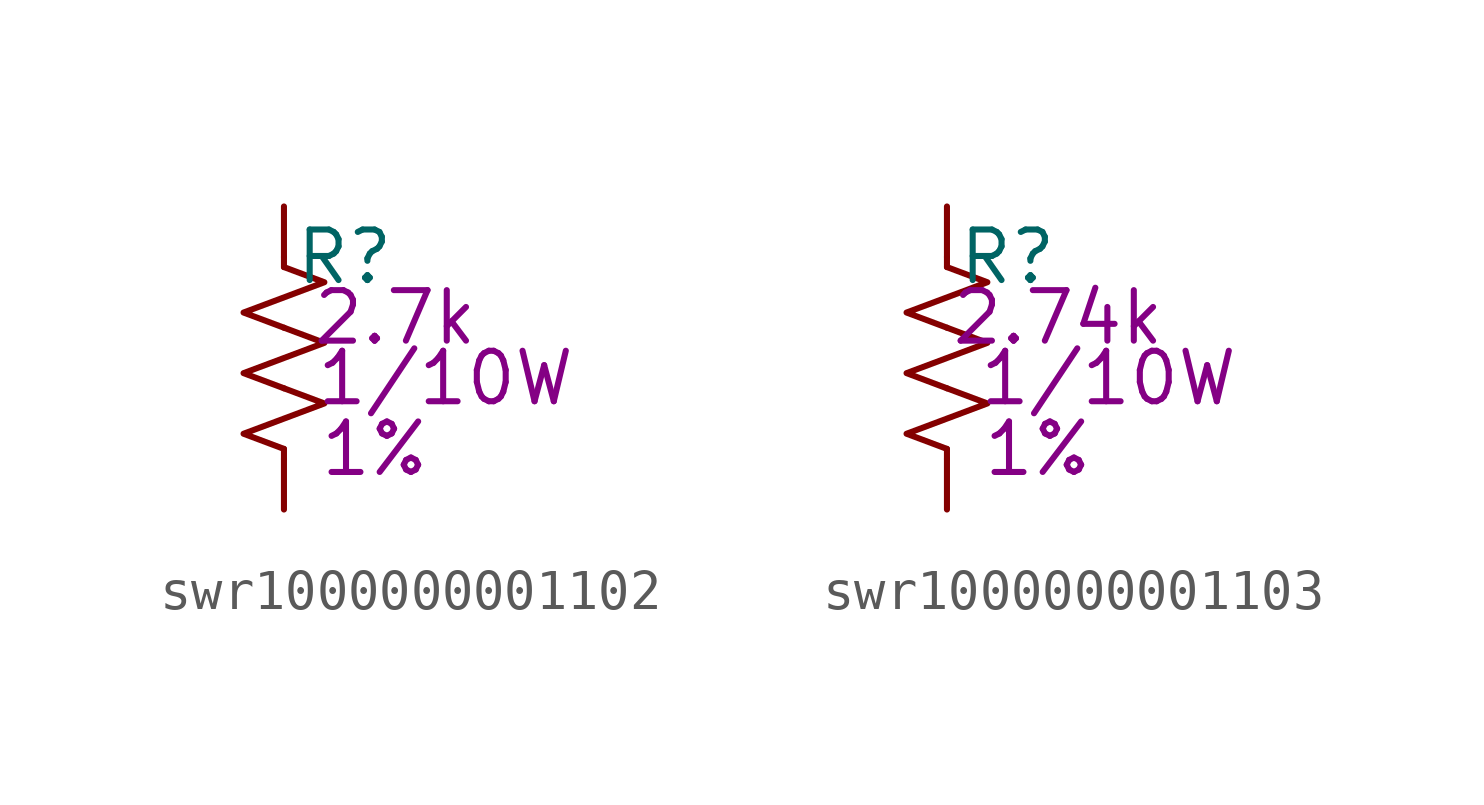
<source format=kicad_sym>
(kicad_symbol_lib
  (version 20211014)
  (generator kicad_symbol_editor)
  (symbol "swr1000000001102"
    (pin_numbers hide)
    (pin_names
      (offset 1.016))
    (property "Reference" "R"
      (at 1.524 2.54 0)
      (effects (font (size 1.27 1.27))))
    (property "Tolerance" "1%"
      (at 2.286 -2.286 0)
      (effects (font (size 1.27 1.27))))
    (property "Wattage" "1/10W"
      (at 4.064 -0.508 0)
      (effects (font (size 1.27 1.27))))
    (property "PartValue" "2.7k"
      (at 2.794 1.016 0)
      (effects (font (size 1.27 1.27))))
    (symbol "swr1000000001102_1_1"
      (polyline (pts (xy 0 -2.286) (xy 0 -2.54)) (stroke (width 0) (type default) (color 0 0 0 0)) (fill (type none)))
      (polyline (pts (xy 0 2.286) (xy 0 2.54)) (stroke (width 0) (type default) (color 0 0 0 0)) (fill (type none)))
      (polyline (pts (xy 0 -0.762) (xy 1.016 -1.143) (xy 0 -1.524) (xy -1.016 -1.905) (xy 0 -2.286)) (stroke (width 0) (type default) (color 0 0 0 0)) (fill (type none)))
      (polyline (pts (xy 0 0.762) (xy 1.016 0.381) (xy 0 0) (xy -1.016 -0.381) (xy 0 -0.762)) (stroke (width 0) (type default) (color 0 0 0 0)) (fill (type none)))
      (polyline (pts (xy 0 2.286) (xy 1.016 1.905) (xy 0 1.524) (xy -1.016 1.143) (xy 0 0.762)) (stroke (width 0) (type default) (color 0 0 0 0)) (fill (type none)))
      (pin passive line (at 0 3.81 270) (length 1.27) (name "~" (effects (font (size 1.27 1.27)))) (number "1" (effects (font (size 1.27 1.27)))))
      (pin passive line (at 0 -3.81 90) (length 1.27) (name "~" (effects (font (size 1.27 1.27)))) (number "2" (effects (font (size 1.27 1.27)))))))
  (symbol "swr1000000001103"
    (pin_numbers hide)
    (pin_names
      (offset 1.016))
    (property "Reference" "R"
      (at 1.524 2.54 0)
      (effects (font (size 1.27 1.27))))
    (property "Tolerance" "1%"
      (at 2.286 -2.286 0)
      (effects (font (size 1.27 1.27))))
    (property "Wattage" "1/10W"
      (at 4.064 -0.508 0)
      (effects (font (size 1.27 1.27))))
    (property "PartValue" "2.74k"
      (at 2.794 1.016 0)
      (effects (font (size 1.27 1.27))))
    (symbol "swr1000000001103_1_1"
      (polyline (pts (xy 0 -2.286) (xy 0 -2.54)) (stroke (width 0) (type default) (color 0 0 0 0)) (fill (type none)))
      (polyline (pts (xy 0 2.286) (xy 0 2.54)) (stroke (width 0) (type default) (color 0 0 0 0)) (fill (type none)))
      (polyline (pts (xy 0 -0.762) (xy 1.016 -1.143) (xy 0 -1.524) (xy -1.016 -1.905) (xy 0 -2.286)) (stroke (width 0) (type default) (color 0 0 0 0)) (fill (type none)))
      (polyline (pts (xy 0 0.762) (xy 1.016 0.381) (xy 0 0) (xy -1.016 -0.381) (xy 0 -0.762)) (stroke (width 0) (type default) (color 0 0 0 0)) (fill (type none)))
      (polyline (pts (xy 0 2.286) (xy 1.016 1.905) (xy 0 1.524) (xy -1.016 1.143) (xy 0 0.762)) (stroke (width 0) (type default) (color 0 0 0 0)) (fill (type none)))
      (pin passive line (at 0 3.81 270) (length 1.27) (name "~" (effects (font (size 1.27 1.27)))) (number "1" (effects (font (size 1.27 1.27)))))
      (pin passive line (at 0 -3.81 90) (length 1.27) (name "~" (effects (font (size 1.27 1.27)))) (number "2" (effects (font (size 1.27 1.27))))))))
</source>
